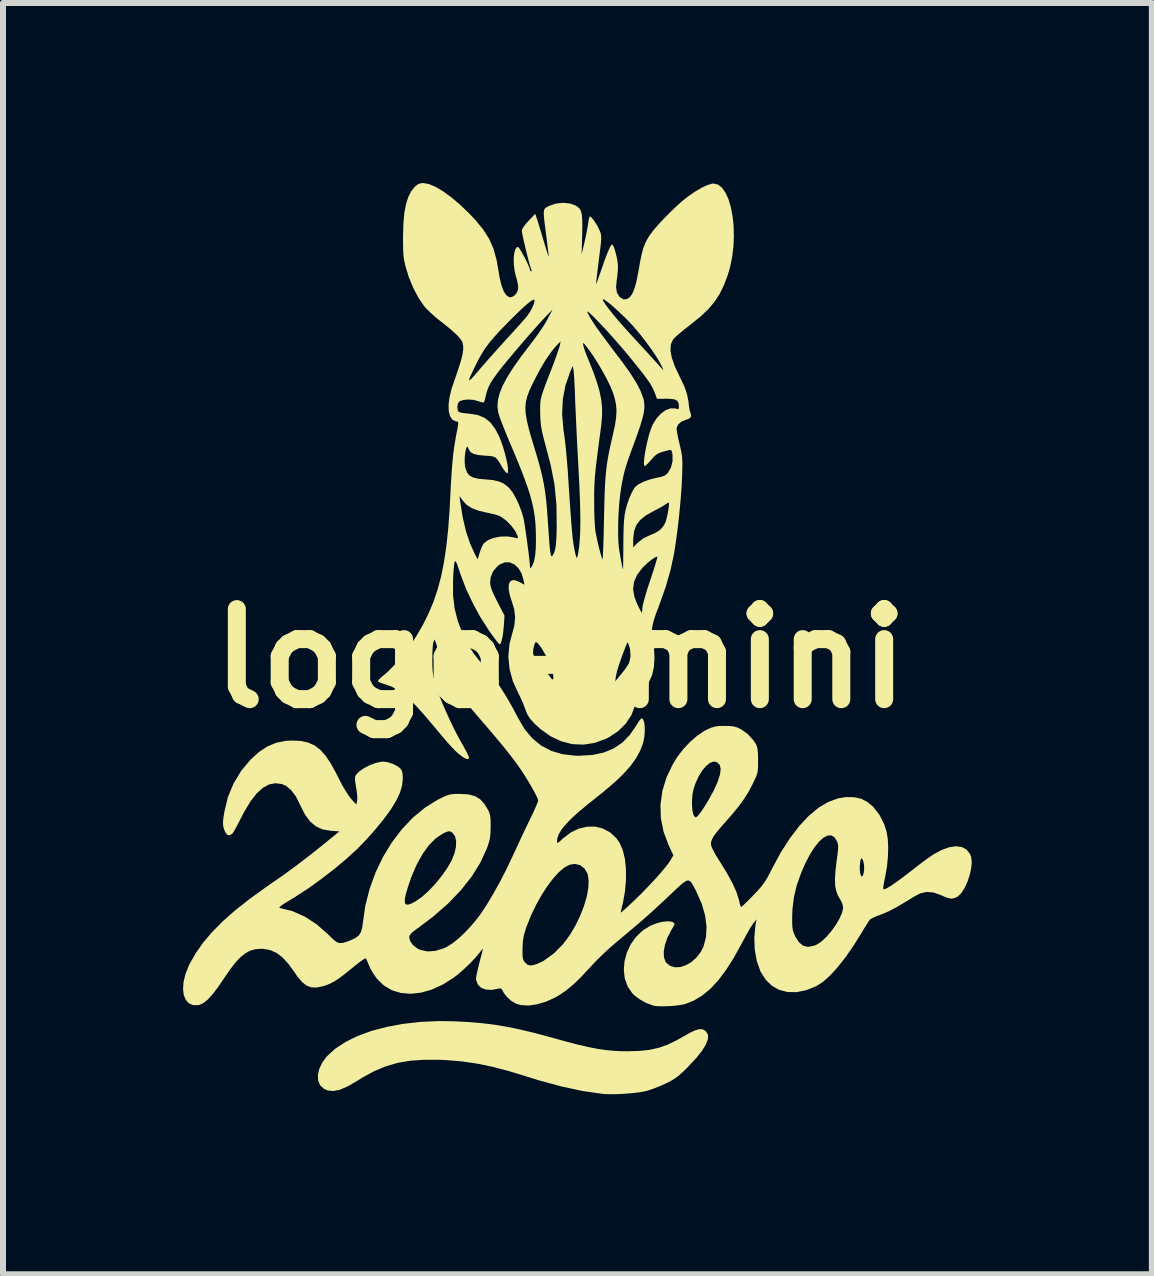
<source format=kicad_pcb>
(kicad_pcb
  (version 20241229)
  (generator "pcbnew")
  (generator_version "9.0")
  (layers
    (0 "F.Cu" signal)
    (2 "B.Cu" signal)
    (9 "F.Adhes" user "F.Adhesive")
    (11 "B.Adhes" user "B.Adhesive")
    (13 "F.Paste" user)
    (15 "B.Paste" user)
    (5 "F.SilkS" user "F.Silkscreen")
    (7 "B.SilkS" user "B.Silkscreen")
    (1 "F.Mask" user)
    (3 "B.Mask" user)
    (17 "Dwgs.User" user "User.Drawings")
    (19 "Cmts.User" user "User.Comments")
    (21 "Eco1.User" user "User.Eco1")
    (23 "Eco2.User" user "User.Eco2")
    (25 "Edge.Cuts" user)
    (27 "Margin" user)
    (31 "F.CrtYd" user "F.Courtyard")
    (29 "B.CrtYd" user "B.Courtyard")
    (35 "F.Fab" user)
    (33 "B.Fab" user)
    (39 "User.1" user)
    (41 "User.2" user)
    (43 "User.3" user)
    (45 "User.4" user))
  (footprint "logo-mini"
    (layer "F.Cu")
    (at 6.289 7.921)
    (property "Reference" "logo-mini" (at 0 0 0) (layer "F.SilkS") (effects (font (size 1.5 1.5) (thickness 0.3))))
    (attr board_only exclude_from_pos_files exclude_from_bom)
    (fp_poly (pts (xy -1.768 6.046) (xy -1.536 6.058) (xy -1.319 6.076) (xy -1.11 6.101) (xy -0.9 6.136) (xy -0.681 6.181) (xy -0.445 6.237) (xy -0.183 6.307) (xy -0.1 6.33) (xy 0.119 6.39) (xy 0.308 6.439) (xy 0.473 6.477) (xy 0.619 6.505) (xy 0.754 6.525) (xy 0.883 6.537) (xy 1.013 6.544) (xy 1.123 6.545) (xy 1.319 6.539) (xy 1.487 6.521) (xy 1.64 6.486) (xy 1.787 6.434) (xy 1.94 6.36) (xy 2.044 6.301) (xy 2.156 6.237) (xy 2.243 6.197) (xy 2.31 6.177) (xy 2.362 6.178) (xy 2.405 6.198) (xy 2.425 6.215) (xy 2.457 6.271) (xy 2.457 6.342) (xy 2.424 6.429) (xy 2.36 6.534) (xy 2.262 6.658) (xy 2.13 6.799) (xy 2.12 6.81) (xy 2.037 6.892) (xy 1.968 6.953) (xy 1.902 7.001) (xy 1.829 7.044) (xy 1.758 7.08) (xy 1.66 7.124) (xy 1.555 7.166) (xy 1.458 7.199) (xy 1.422 7.209) (xy 1.333 7.226) (xy 1.216 7.241) (xy 1.085 7.252) (xy 0.952 7.259) (xy 0.829 7.261) (xy 0.729 7.258) (xy 0.713 7.256) (xy 0.378 7.209) (xy 0.018 7.132) (xy -0.365 7.028) (xy -0.559 6.967) (xy -0.858 6.876) (xy -1.132 6.804) (xy -1.391 6.751) (xy -1.642 6.714) (xy -1.895 6.693) (xy -2.021 6.687) (xy -2.277 6.687) (xy -2.505 6.703) (xy -2.713 6.738) (xy -2.908 6.795) (xy -3.099 6.874) (xy -3.293 6.979) (xy -3.402 7.047) (xy -3.547 7.131) (xy -3.673 7.185) (xy -3.781 7.207) (xy -3.874 7.2) (xy -3.942 7.171) (xy -4.005 7.112) (xy -4.038 7.033) (xy -4.042 6.94) (xy -4.019 6.837) (xy -3.969 6.732) (xy -3.894 6.631) (xy -3.756 6.504) (xy -3.584 6.391) (xy -3.382 6.291) (xy -3.153 6.207) (xy -2.9 6.14) (xy -2.627 6.089) (xy -2.336 6.056) (xy -2.03 6.042)) (stroke (width 0) (type solid)) (fill yes) (layer "F.SilkS"))
    (fp_poly (pts (xy -2.188 -7.903) (xy -2.078 -7.856) (xy -1.953 -7.781) (xy -1.816 -7.681) (xy -1.672 -7.559) (xy -1.523 -7.416) (xy -1.426 -7.314) (xy -1.291 -7.152) (xy -1.189 -6.991) (xy -1.114 -6.82) (xy -1.063 -6.63) (xy -1.044 -6.518) (xy -1.015 -6.348) (xy -0.983 -6.216) (xy -0.947 -6.119) (xy -0.906 -6.055) (xy -0.86 -6.023) (xy -0.83 -6.018) (xy -0.781 -6.035) (xy -0.737 -6.08) (xy -0.709 -6.14) (xy -0.704 -6.182) (xy -0.71 -6.233) (xy -0.725 -6.304) (xy -0.743 -6.366) (xy -0.765 -6.46) (xy -0.777 -6.558) (xy -0.78 -6.653) (xy -0.773 -6.738) (xy -0.757 -6.806) (xy -0.733 -6.848) (xy -0.71 -6.858) (xy -0.692 -6.842) (xy -0.663 -6.798) (xy -0.628 -6.737) (xy -0.59 -6.666) (xy -0.555 -6.594) (xy -0.527 -6.531) (xy -0.51 -6.484) (xy -0.508 -6.47) (xy -0.494 -6.449) (xy -0.488 -6.448) (xy -0.478 -6.46) (xy -0.488 -6.486) (xy -0.501 -6.52) (xy -0.519 -6.584) (xy -0.542 -6.669) (xy -0.566 -6.766) (xy -0.591 -6.866) (xy -0.613 -6.962) (xy -0.631 -7.045) (xy -0.642 -7.105) (xy -0.645 -7.131) (xy -0.631 -7.167) (xy -0.594 -7.221) (xy -0.538 -7.285) (xy -0.533 -7.291) (xy -0.421 -7.408) (xy -0.395 -7.333) (xy -0.381 -7.288) (xy -0.358 -7.214) (xy -0.329 -7.121) (xy -0.298 -7.015) (xy -0.283 -6.965) (xy -0.254 -6.868) (xy -0.229 -6.787) (xy -0.21 -6.728) (xy -0.198 -6.698) (xy -0.196 -6.696) (xy -0.198 -6.723) (xy -0.205 -6.782) (xy -0.215 -6.865) (xy -0.227 -6.965) (xy -0.237 -7.038) (xy -0.255 -7.181) (xy -0.269 -7.29) (xy -0.277 -7.371) (xy -0.279 -7.428) (xy -0.274 -7.468) (xy -0.262 -7.494) (xy -0.243 -7.512) (xy -0.215 -7.527) (xy -0.186 -7.542) (xy -0.076 -7.579) (xy 0.044 -7.592) (xy 0.16 -7.58) (xy 0.244 -7.55) (xy 0.287 -7.524) (xy 0.319 -7.494) (xy 0.341 -7.453) (xy 0.355 -7.396) (xy 0.362 -7.318) (xy 0.364 -7.213) (xy 0.362 -7.075) (xy 0.361 -7.053) (xy 0.352 -6.731) (xy 0.4 -6.936) (xy 0.422 -7.035) (xy 0.441 -7.134) (xy 0.456 -7.218) (xy 0.461 -7.254) (xy 0.471 -7.314) (xy 0.482 -7.355) (xy 0.491 -7.366) (xy 0.514 -7.35) (xy 0.549 -7.309) (xy 0.588 -7.251) (xy 0.625 -7.187) (xy 0.654 -7.126) (xy 0.656 -7.12) (xy 0.667 -7.089) (xy 0.675 -7.059) (xy 0.678 -7.023) (xy 0.677 -6.977) (xy 0.672 -6.912) (xy 0.662 -6.824) (xy 0.647 -6.707) (xy 0.639 -6.639) (xy 0.624 -6.519) (xy 0.611 -6.414) (xy 0.601 -6.328) (xy 0.595 -6.269) (xy 0.593 -6.24) (xy 0.593 -6.239) (xy 0.601 -6.254) (xy 0.618 -6.3) (xy 0.643 -6.37) (xy 0.673 -6.456) (xy 0.679 -6.473) (xy 0.734 -6.631) (xy 0.78 -6.752) (xy 0.817 -6.838) (xy 0.845 -6.886) (xy 0.86 -6.897) (xy 0.877 -6.879) (xy 0.897 -6.832) (xy 0.917 -6.766) (xy 0.936 -6.69) (xy 0.95 -6.613) (xy 0.957 -6.545) (xy 0.957 -6.53) (xy 0.954 -6.447) (xy 0.944 -6.353) (xy 0.936 -6.301) (xy 0.926 -6.185) (xy 0.94 -6.095) (xy 0.98 -6.03) (xy 1.002 -6.011) (xy 1.049 -5.984) (xy 1.094 -5.985) (xy 1.109 -5.99) (xy 1.154 -6.019) (xy 1.195 -6.074) (xy 1.231 -6.159) (xy 1.264 -6.277) (xy 1.295 -6.43) (xy 1.302 -6.473) (xy 1.328 -6.619) (xy 1.352 -6.734) (xy 1.376 -6.825) (xy 1.404 -6.901) (xy 1.437 -6.97) (xy 1.478 -7.039) (xy 1.491 -7.059) (xy 1.548 -7.134) (xy 1.628 -7.227) (xy 1.724 -7.33) (xy 1.829 -7.436) (xy 1.935 -7.537) (xy 2.035 -7.627) (xy 2.12 -7.694) (xy 2.235 -7.774) (xy 2.344 -7.839) (xy 2.442 -7.885) (xy 2.521 -7.91) (xy 2.55 -7.913) (xy 2.625 -7.895) (xy 2.692 -7.842) (xy 2.75 -7.759) (xy 2.799 -7.651) (xy 2.838 -7.521) (xy 2.866 -7.374) (xy 2.884 -7.214) (xy 2.889 -7.044) (xy 2.882 -6.871) (xy 2.861 -6.696) (xy 2.827 -6.526) (xy 2.787 -6.389) (xy 2.724 -6.221) (xy 2.653 -6.076) (xy 2.569 -5.946) (xy 2.467 -5.824) (xy 2.34 -5.703) (xy 2.184 -5.576) (xy 2.147 -5.547) (xy 2.061 -5.48) (xy 1.984 -5.416) (xy 1.921 -5.361) (xy 1.881 -5.321) (xy 1.874 -5.312) (xy 1.839 -5.234) (xy 1.832 -5.135) (xy 1.853 -5.015) (xy 1.903 -4.872) (xy 1.981 -4.705) (xy 1.992 -4.683) (xy 2.064 -4.532) (xy 2.11 -4.397) (xy 2.134 -4.268) (xy 2.136 -4.239) (xy 2.145 -4.169) (xy 2.158 -4.11) (xy 2.168 -4.086) (xy 2.178 -4.037) (xy 2.152 -4) (xy 2.09 -3.976) (xy 2.015 -3.946) (xy 1.961 -3.899) (xy 1.935 -3.842) (xy 1.934 -3.83) (xy 1.939 -3.788) (xy 1.951 -3.719) (xy 1.969 -3.633) (xy 1.986 -3.562) (xy 2.005 -3.479) (xy 2.019 -3.409) (xy 2.027 -3.344) (xy 2.03 -3.273) (xy 2.03 -3.186) (xy 2.027 -3.072) (xy 2.026 -3.038) (xy 2.017 -2.847) (xy 2 -2.631) (xy 1.979 -2.402) (xy 1.953 -2.172) (xy 1.924 -1.954) (xy 1.894 -1.76) (xy 1.892 -1.749) (xy 1.834 -1.476) (xy 1.752 -1.19) (xy 1.651 -0.905) (xy 1.64 -0.875) (xy 1.586 -0.733) (xy 1.549 -0.617) (xy 1.528 -0.52) (xy 1.521 -0.434) (xy 1.528 -0.35) (xy 1.537 -0.3) (xy 1.552 -0.211) (xy 1.562 -0.106) (xy 1.566 -0.006) (xy 1.566 -0.004) (xy 1.556 0.147) (xy 1.524 0.282) (xy 1.465 0.412) (xy 1.378 0.544) (xy 1.335 0.599) (xy 1.285 0.677) (xy 1.246 0.769) (xy 1.24 0.791) (xy 1.18 0.947) (xy 1.085 1.088) (xy 0.96 1.212) (xy 0.808 1.313) (xy 0.757 1.339) (xy 0.571 1.407) (xy 0.383 1.436) (xy 0.197 1.428) (xy 0.014 1.381) (xy -0.163 1.298) (xy -0.333 1.178) (xy -0.434 1.085) (xy -0.501 1.011) (xy -0.546 0.945) (xy -0.579 0.869) (xy -0.588 0.842) (xy -0.622 0.752) (xy -0.665 0.655) (xy -0.695 0.596) (xy -0.791 0.386) (xy -0.793 0.381) (xy 0.912 0.381) (xy 1.014 0.258) (xy 1.067 0.191) (xy 1.112 0.125) (xy 1.142 0.074) (xy 1.144 0.068) (xy 1.169 -0.036) (xy 1.159 -0.152) (xy 1.144 -0.205) (xy 1.128 -0.253) (xy 1.118 -0.267) (xy 1.107 -0.252) (xy 1.1 -0.234) (xy 1.049 -0.104) (xy 1.004 0.02) (xy 0.966 0.132) (xy 0.939 0.224) (xy 0.925 0.287) (xy 0.924 0.29) (xy 0.912 0.381) (xy -0.793 0.381) (xy -0.849 0.177) (xy -0.869 -0.032) (xy -0.863 -0.103) (xy -0.457 -0.103) (xy -0.454 -0.07) (xy -0.437 -0.032) (xy -0.4 0.024) (xy -0.35 0.086) (xy -0.339 0.099) (xy -0.28 0.168) (xy -0.225 0.237) (xy -0.183 0.293) (xy -0.181 0.297) (xy -0.146 0.342) (xy -0.126 0.352) (xy -0.118 0.326) (xy -0.123 0.264) (xy -0.126 0.247) (xy -0.142 0.182) (xy -0.172 0.103) (xy -0.212 0.016) (xy -0.257 -0.071) (xy -0.303 -0.151) (xy -0.348 -0.216) (xy -0.385 -0.26) (xy -0.41 -0.274) (xy -0.425 -0.256) (xy -0.44 -0.213) (xy -0.452 -0.158) (xy -0.457 -0.103) (xy -0.863 -0.103) (xy -0.851 -0.237) (xy -0.811 -0.391) (xy -0.769 -0.547) (xy -0.756 -0.687) (xy -0.772 -0.822) (xy -0.811 -0.948) (xy -0.847 -1.062) (xy -0.863 -1.152) (xy 1.21 -1.152) (xy 1.233 -1.021) (xy 1.278 -0.906) (xy 1.31 -0.84) (xy 1.337 -0.789) (xy 1.353 -0.764) (xy 1.355 -0.762) (xy 1.36 -0.779) (xy 1.364 -0.823) (xy 1.364 -0.842) (xy 1.371 -0.885) (xy 1.389 -0.959) (xy 1.416 -1.055) (xy 1.45 -1.168) (xy 1.49 -1.29) (xy 1.495 -1.303) (xy 1.533 -1.418) (xy 1.566 -1.52) (xy 1.591 -1.604) (xy 1.608 -1.663) (xy 1.614 -1.693) (xy 1.614 -1.695) (xy 1.591 -1.692) (xy 1.549 -1.667) (xy 1.493 -1.627) (xy 1.434 -1.577) (xy 1.377 -1.522) (xy 1.366 -1.51) (xy 1.276 -1.393) (xy 1.224 -1.275) (xy 1.21 -1.152) (xy -0.863 -1.152) (xy -0.864 -1.16) (xy -0.861 -1.236) (xy -0.843 -1.277) (xy -0.807 -1.303) (xy -0.762 -1.304) (xy -0.697 -1.28) (xy -0.676 -1.269) (xy -0.601 -1.228) (xy -0.615 -1.302) (xy -0.649 -1.417) (xy -0.703 -1.506) (xy -0.771 -1.569) (xy -0.848 -1.601) (xy -0.93 -1.601) (xy -1.013 -1.565) (xy -1.048 -1.539) (xy -1.123 -1.452) (xy -1.164 -1.351) (xy -1.172 -1.264) (xy -1.168 -1.217) (xy -1.152 -1.161) (xy -1.123 -1.09) (xy -1.078 -0.995) (xy -1.053 -0.946) (xy -0.933 -0.713) (xy -0.944 -0.547) (xy -0.954 -0.441) (xy -0.968 -0.35) (xy -0.985 -0.282) (xy -1.003 -0.242) (xy -1.015 -0.234) (xy -1.031 -0.25) (xy -1.065 -0.291) (xy -1.112 -0.354) (xy -1.169 -0.431) (xy -1.191 -0.464) (xy -1.332 -0.683) (xy -1.463 -0.923) (xy -1.578 -1.17) (xy -1.669 -1.41) (xy -1.677 -1.435) (xy -1.707 -1.526) (xy -1.73 -1.588) (xy -1.747 -1.62) (xy -1.76 -1.619) (xy -1.77 -1.585) (xy -1.777 -1.516) (xy -1.785 -1.41) (xy -1.79 -1.306) (xy -1.791 -1.061) (xy -1.765 -0.835) (xy -1.71 -0.618) (xy -1.623 -0.398) (xy -1.582 -0.313) (xy -1.518 -0.195) (xy -1.452 -0.091) (xy -1.374 0.012) (xy -1.277 0.123) (xy -1.232 0.171) (xy -1.153 0.265) (xy -1.064 0.387) (xy -0.969 0.53) (xy -0.873 0.687) (xy -0.781 0.85) (xy -0.71 0.987) (xy -0.599 1.176) (xy -0.47 1.331) (xy -0.322 1.452) (xy -0.154 1.54) (xy 0.036 1.596) (xy 0.248 1.62) (xy 0.315 1.621) (xy 0.532 1.608) (xy 0.721 1.568) (xy 0.886 1.5) (xy 1.03 1.403) (xy 1.155 1.274) (xy 1.253 1.132) (xy 1.292 1.069) (xy 1.326 1.021) (xy 1.348 0.998) (xy 1.351 0.996) (xy 1.376 1.014) (xy 1.393 1.062) (xy 1.403 1.133) (xy 1.404 1.217) (xy 1.397 1.306) (xy 1.38 1.393) (xy 1.376 1.408) (xy 1.328 1.537) (xy 1.258 1.664) (xy 1.164 1.794) (xy 1.043 1.929) (xy 0.892 2.073) (xy 0.709 2.228) (xy 0.626 2.294) (xy 0.446 2.437) (xy 0.297 2.562) (xy 0.177 2.671) (xy 0.085 2.767) (xy 0.017 2.851) (xy -0.028 2.926) (xy -0.052 2.994) (xy -0.058 3.046) (xy -0.056 3.068) (xy -0.046 3.072) (xy -0.02 3.055) (xy 0.025 3.014) (xy 0.04 3) (xy 0.169 2.901) (xy 0.305 2.835) (xy 0.444 2.803) (xy 0.58 2.802) (xy 0.71 2.835) (xy 0.828 2.899) (xy 0.93 2.994) (xy 0.987 3.076) (xy 1.038 3.194) (xy 1.073 3.34) (xy 1.09 3.508) (xy 1.091 3.691) (xy 1.074 3.881) (xy 1.04 4.073) (xy 1.026 4.127) (xy 1.013 4.185) (xy 1.005 4.224) (xy 1.005 4.235) (xy 1.02 4.224) (xy 1.058 4.191) (xy 1.115 4.14) (xy 1.184 4.075) (xy 1.222 4.04) (xy 1.335 3.93) (xy 1.448 3.814) (xy 1.556 3.699) (xy 1.654 3.59) (xy 1.737 3.492) (xy 1.8 3.411) (xy 1.831 3.364) (xy 1.881 3.28) (xy 1.801 3.11) (xy 1.718 2.889) (xy 1.672 2.664) (xy 1.666 2.449) (xy 2.191 2.449) (xy 2.198 2.535) (xy 2.213 2.6) (xy 2.227 2.627) (xy 2.247 2.646) (xy 2.265 2.644) (xy 2.294 2.616) (xy 2.311 2.596) (xy 2.347 2.548) (xy 2.393 2.478) (xy 2.441 2.401) (xy 2.452 2.384) (xy 2.549 2.208) (xy 2.617 2.059) (xy 2.657 1.937) (xy 2.669 1.842) (xy 2.653 1.774) (xy 2.649 1.768) (xy 2.604 1.726) (xy 2.55 1.718) (xy 2.489 1.741) (xy 2.426 1.791) (xy 2.363 1.866) (xy 2.303 1.962) (xy 2.251 2.076) (xy 2.217 2.176) (xy 2.2 2.259) (xy 2.192 2.353) (xy 2.191 2.449) (xy 1.666 2.449) (xy 1.666 2.436) (xy 1.697 2.208) (xy 1.766 1.982) (xy 1.873 1.759) (xy 1.947 1.639) (xy 2.043 1.514) (xy 2.155 1.395) (xy 2.274 1.291) (xy 2.391 1.21) (xy 2.44 1.185) (xy 2.512 1.153) (xy 2.572 1.135) (xy 2.637 1.126) (xy 2.722 1.124) (xy 2.735 1.124) (xy 2.825 1.126) (xy 2.891 1.134) (xy 2.945 1.15) (xy 3.001 1.176) (xy 3.12 1.259) (xy 3.219 1.37) (xy 3.258 1.431) (xy 3.275 1.473) (xy 3.285 1.527) (xy 3.291 1.603) (xy 3.292 1.7) (xy 3.292 1.793) (xy 3.288 1.86) (xy 3.278 1.914) (xy 3.259 1.97) (xy 3.227 2.039) (xy 3.202 2.091) (xy 3.138 2.214) (xy 3.063 2.334) (xy 2.973 2.459) (xy 2.862 2.595) (xy 2.755 2.717) (xy 2.662 2.823) (xy 2.593 2.907) (xy 2.546 2.972) (xy 2.519 3.025) (xy 2.507 3.069) (xy 2.508 3.11) (xy 2.509 3.114) (xy 2.524 3.155) (xy 2.557 3.22) (xy 2.602 3.3) (xy 2.656 3.386) (xy 2.66 3.392) (xy 2.774 3.577) (xy 2.865 3.744) (xy 2.931 3.891) (xy 2.97 4.014) (xy 2.974 4.029) (xy 2.988 4.089) (xy 3.002 4.13) (xy 3.01 4.142) (xy 3.027 4.129) (xy 3.067 4.092) (xy 3.122 4.038) (xy 3.189 3.971) (xy 3.21 3.949) (xy 3.289 3.866) (xy 3.348 3.798) (xy 3.397 3.732) (xy 3.442 3.659) (xy 3.491 3.568) (xy 3.524 3.503) (xy 3.67 3.233) (xy 3.822 2.996) (xy 3.978 2.792) (xy 4.137 2.622) (xy 4.298 2.488) (xy 4.461 2.391) (xy 4.625 2.331) (xy 4.754 2.31) (xy 4.896 2.312) (xy 5.014 2.339) (xy 5.119 2.394) (xy 5.208 2.47) (xy 5.314 2.604) (xy 5.395 2.766) (xy 5.434 2.892) (xy 5.453 3.008) (xy 5.46 3.15) (xy 5.455 3.307) (xy 5.44 3.466) (xy 5.415 3.611) (xy 5.397 3.697) (xy 5.384 3.771) (xy 5.377 3.823) (xy 5.377 3.842) (xy 5.395 3.847) (xy 5.441 3.827) (xy 5.513 3.783) (xy 5.611 3.715) (xy 5.732 3.625) (xy 5.874 3.516) (xy 5.964 3.445) (xy 6.055 3.377) (xy 6.136 3.318) (xy 6.198 3.276) (xy 6.204 3.271) (xy 6.343 3.194) (xy 6.472 3.147) (xy 6.586 3.129) (xy 6.684 3.141) (xy 6.763 3.182) (xy 6.82 3.252) (xy 6.842 3.306) (xy 6.852 3.389) (xy 6.844 3.492) (xy 6.819 3.604) (xy 6.782 3.717) (xy 6.735 3.82) (xy 6.682 3.905) (xy 6.626 3.961) (xy 6.62 3.966) (xy 6.566 3.993) (xy 6.515 4.002) (xy 6.458 3.992) (xy 6.382 3.963) (xy 6.347 3.947) (xy 6.216 3.9) (xy 6.098 3.89) (xy 5.993 3.915) (xy 5.953 3.935) (xy 5.888 3.971) (xy 5.808 4.019) (xy 5.72 4.073) (xy 5.709 4.079) (xy 5.591 4.149) (xy 5.474 4.21) (xy 5.372 4.255) (xy 5.335 4.269) (xy 5.26 4.297) (xy 5.198 4.325) (xy 5.159 4.348) (xy 5.154 4.353) (xy 5.132 4.383) (xy 5.097 4.439) (xy 5.053 4.51) (xy 5.022 4.562) (xy 4.883 4.785) (xy 4.747 4.981) (xy 4.614 5.15) (xy 4.488 5.287) (xy 4.369 5.392) (xy 4.264 5.459) (xy 4.096 5.527) (xy 3.935 5.56) (xy 3.784 5.558) (xy 3.646 5.523) (xy 3.523 5.454) (xy 3.419 5.353) (xy 3.335 5.221) (xy 3.328 5.205) (xy 3.27 5.04) (xy 3.237 4.853) (xy 3.229 4.655) (xy 3.247 4.454) (xy 3.255 4.406) (xy 3.257 4.398) (xy 3.86 4.398) (xy 3.863 4.469) (xy 3.87 4.523) (xy 3.884 4.568) (xy 3.905 4.617) (xy 3.914 4.636) (xy 3.974 4.73) (xy 4.043 4.786) (xy 4.123 4.806) (xy 4.217 4.789) (xy 4.273 4.766) (xy 4.349 4.716) (xy 4.429 4.64) (xy 4.509 4.548) (xy 4.583 4.446) (xy 4.644 4.343) (xy 4.688 4.247) (xy 4.708 4.165) (xy 4.709 4.15) (xy 4.697 4.089) (xy 4.666 4.023) (xy 4.66 4.014) (xy 4.619 3.943) (xy 4.592 3.867) (xy 4.576 3.778) (xy 4.573 3.671) (xy 4.581 3.54) (xy 4.589 3.474) (xy 4.986 3.474) (xy 4.988 3.538) (xy 4.996 3.59) (xy 5.009 3.623) (xy 5.024 3.633) (xy 5.04 3.613) (xy 5.048 3.59) (xy 5.059 3.519) (xy 5.058 3.443) (xy 5.046 3.379) (xy 5.033 3.35) (xy 5.016 3.331) (xy 5.006 3.336) (xy 4.997 3.371) (xy 4.992 3.405) (xy 4.986 3.474) (xy 4.589 3.474) (xy 4.6 3.379) (xy 4.604 3.351) (xy 4.617 3.25) (xy 4.625 3.179) (xy 4.626 3.129) (xy 4.622 3.092) (xy 4.612 3.059) (xy 4.605 3.043) (xy 4.564 2.978) (xy 4.511 2.948) (xy 4.45 2.951) (xy 4.382 2.986) (xy 4.309 3.051) (xy 4.233 3.145) (xy 4.157 3.264) (xy 4.081 3.409) (xy 4.01 3.572) (xy 3.936 3.781) (xy 3.889 3.978) (xy 3.865 4.175) (xy 3.86 4.298) (xy 3.86 4.398) (xy 3.257 4.398) (xy 3.267 4.347) (xy 3.217 4.406) (xy 3.191 4.444) (xy 3.151 4.509) (xy 3.103 4.593) (xy 3.051 4.689) (xy 3.025 4.738) (xy 2.891 4.982) (xy 2.759 5.189) (xy 2.629 5.363) (xy 2.498 5.504) (xy 2.364 5.615) (xy 2.225 5.699) (xy 2.081 5.757) (xy 2.01 5.772) (xy 1.915 5.785) (xy 1.81 5.793) (xy 1.706 5.796) (xy 1.615 5.794) (xy 1.55 5.786) (xy 1.549 5.785) (xy 1.434 5.743) (xy 1.321 5.681) (xy 1.224 5.607) (xy 1.192 5.574) (xy 1.116 5.459) (xy 1.07 5.328) (xy 1.055 5.188) (xy 1.067 5.043) (xy 1.106 4.9) (xy 1.17 4.763) (xy 1.258 4.64) (xy 1.367 4.535) (xy 1.497 4.453) (xy 1.499 4.453) (xy 1.599 4.413) (xy 1.698 4.388) (xy 1.787 4.379) (xy 1.856 4.387) (xy 1.872 4.394) (xy 1.893 4.407) (xy 1.9 4.423) (xy 1.891 4.45) (xy 1.864 4.497) (xy 1.845 4.528) (xy 1.782 4.651) (xy 1.74 4.772) (xy 1.72 4.884) (xy 1.724 4.981) (xy 1.752 5.057) (xy 1.76 5.067) (xy 1.825 5.122) (xy 1.905 5.146) (xy 1.995 5.142) (xy 2.089 5.112) (xy 2.181 5.059) (xy 2.265 4.984) (xy 2.337 4.89) (xy 2.384 4.796) (xy 2.425 4.639) (xy 2.433 4.467) (xy 2.409 4.281) (xy 2.353 4.087) (xy 2.265 3.889) (xy 2.264 3.885) (xy 2.223 3.806) (xy 2.19 3.748) (xy 2.161 3.712) (xy 2.129 3.698) (xy 2.091 3.708) (xy 2.042 3.741) (xy 1.976 3.798) (xy 1.888 3.88) (xy 1.823 3.942) (xy 1.696 4.061) (xy 1.582 4.167) (xy 1.474 4.264) (xy 1.365 4.361) (xy 1.247 4.462) (xy 1.114 4.574) (xy 0.958 4.705) (xy 0.948 4.713) (xy 0.821 4.822) (xy 0.693 4.941) (xy 0.574 5.059) (xy 0.481 5.159) (xy 0.34 5.311) (xy 0.213 5.434) (xy 0.092 5.533) (xy -0.028 5.614) (xy -0.092 5.651) (xy -0.242 5.719) (xy -0.391 5.763) (xy -0.532 5.783) (xy -0.658 5.776) (xy -0.738 5.753) (xy -0.821 5.705) (xy -0.895 5.638) (xy -0.95 5.565) (xy -0.959 5.545) (xy -0.982 5.505) (xy -1.01 5.496) (xy -1.024 5.5) (xy -1.141 5.522) (xy -1.241 5.518) (xy -1.322 5.488) (xy -1.377 5.435) (xy -1.405 5.359) (xy -1.407 5.328) (xy -1.401 5.284) (xy -1.385 5.207) (xy -1.359 5.099) (xy -1.324 4.964) (xy -1.314 4.925) (xy -0.633 4.925) (xy -0.63 4.982) (xy -0.621 5.02) (xy -0.605 5.049) (xy -0.586 5.07) (xy -0.548 5.104) (xy -0.509 5.115) (xy -0.459 5.11) (xy -0.399 5.093) (xy -0.325 5.061) (xy -0.277 5.035) (xy -0.107 4.912) (xy 0.045 4.757) (xy 0.156 4.607) (xy 0.248 4.452) (xy 0.327 4.29) (xy 0.39 4.128) (xy 0.436 3.972) (xy 0.463 3.827) (xy 0.469 3.7) (xy 0.453 3.597) (xy 0.448 3.582) (xy 0.398 3.498) (xy 0.327 3.444) (xy 0.241 3.423) (xy 0.152 3.437) (xy 0.068 3.481) (xy -0.024 3.558) (xy -0.121 3.664) (xy -0.219 3.793) (xy -0.315 3.942) (xy -0.406 4.105) (xy -0.489 4.278) (xy -0.561 4.456) (xy -0.578 4.504) (xy -0.609 4.608) (xy -0.626 4.705) (xy -0.633 4.815) (xy -0.633 4.839) (xy -0.633 4.925) (xy -1.314 4.925) (xy -1.298 4.865) (xy -1.294 4.843) (xy -1.306 4.848) (xy -1.335 4.885) (xy -1.343 4.896) (xy -1.414 4.981) (xy -1.506 5.079) (xy -1.609 5.177) (xy -1.711 5.266) (xy -1.785 5.323) (xy -1.967 5.437) (xy -2.149 5.519) (xy -2.327 5.569) (xy -2.498 5.587) (xy -2.659 5.574) (xy -2.807 5.529) (xy -2.939 5.452) (xy -3.052 5.344) (xy -3.07 5.321) (xy -3.121 5.247) (xy -3.166 5.17) (xy -3.195 5.106) (xy -3.218 5.049) (xy -3.237 5.008) (xy -3.244 4.996) (xy -3.263 5.002) (xy -3.305 5.029) (xy -3.366 5.074) (xy -3.438 5.131) (xy -3.453 5.144) (xy -3.575 5.243) (xy -3.676 5.32) (xy -3.762 5.377) (xy -3.839 5.418) (xy -3.913 5.448) (xy -3.959 5.462) (xy -4.064 5.483) (xy -4.153 5.48) (xy -4.231 5.451) (xy -4.306 5.392) (xy -4.383 5.3) (xy -4.429 5.233) (xy -4.533 5.089) (xy -4.634 4.98) (xy -4.735 4.904) (xy -4.84 4.858) (xy -4.954 4.839) (xy -4.982 4.838) (xy -5.078 4.844) (xy -5.165 4.867) (xy -5.247 4.91) (xy -5.33 4.975) (xy -5.415 5.066) (xy -5.509 5.187) (xy -5.614 5.34) (xy -5.616 5.344) (xy -5.716 5.49) (xy -5.803 5.603) (xy -5.879 5.685) (xy -5.947 5.74) (xy -6.01 5.77) (xy -6.03 5.775) (xy -6.119 5.777) (xy -6.191 5.747) (xy -6.243 5.69) (xy -6.277 5.609) (xy -6.289 5.508) (xy -6.281 5.391) (xy -6.25 5.262) (xy -6.196 5.125) (xy -6.18 5.091) (xy -6.077 4.91) (xy -5.953 4.733) (xy -5.804 4.558) (xy -5.628 4.38) (xy -5.423 4.199) (xy -5.186 4.012) (xy -4.915 3.816) (xy -4.836 3.761) (xy -4.603 3.599) (xy -4.381 3.436) (xy -4.158 3.265) (xy -3.937 3.088) (xy -3.684 2.882) (xy -3.83 2.871) (xy -3.962 2.849) (xy -4.074 2.798) (xy -4.171 2.718) (xy -4.256 2.604) (xy -4.331 2.455) (xy -4.338 2.441) (xy -4.41 2.297) (xy -4.492 2.189) (xy -4.581 2.118) (xy -4.646 2.092) (xy -4.753 2.079) (xy -4.858 2.1) (xy -4.96 2.156) (xy -5.06 2.247) (xy -5.161 2.375) (xy -5.262 2.541) (xy -5.328 2.667) (xy -5.372 2.753) (xy -5.412 2.829) (xy -5.445 2.887) (xy -5.466 2.917) (xy -5.51 2.947) (xy -5.551 2.94) (xy -5.586 2.895) (xy -5.605 2.848) (xy -5.618 2.801) (xy -5.623 2.757) (xy -5.622 2.704) (xy -5.613 2.632) (xy -5.601 2.557) (xy -5.542 2.311) (xy -5.447 2.082) (xy -5.319 1.871) (xy -5.168 1.69) (xy -5.026 1.56) (xy -4.884 1.466) (xy -4.737 1.405) (xy -4.578 1.373) (xy -4.462 1.368) (xy -4.325 1.375) (xy -4.207 1.401) (xy -4.102 1.446) (xy -4.008 1.517) (xy -3.919 1.614) (xy -3.832 1.742) (xy -3.742 1.905) (xy -3.716 1.958) (xy -3.646 2.094) (xy -3.58 2.208) (xy -3.523 2.295) (xy -3.489 2.339) (xy -3.403 2.433) (xy -3.389 2.376) (xy -3.386 2.329) (xy -3.39 2.256) (xy -3.402 2.168) (xy -3.405 2.152) (xy -3.419 2.067) (xy -3.425 2.011) (xy -3.423 1.975) (xy -3.412 1.947) (xy -3.408 1.94) (xy -3.355 1.884) (xy -3.275 1.828) (xy -3.178 1.778) (xy -3.077 1.741) (xy -2.983 1.721) (xy -2.95 1.719) (xy -2.874 1.73) (xy -2.79 1.758) (xy -2.715 1.797) (xy -2.674 1.829) (xy -2.649 1.863) (xy -2.634 1.902) (xy -2.629 1.961) (xy -2.628 2.011) (xy -2.64 2.12) (xy -2.676 2.24) (xy -2.738 2.37) (xy -2.826 2.515) (xy -2.944 2.676) (xy -3.09 2.855) (xy -3.232 3.015) (xy -3.384 3.172) (xy -3.565 3.337) (xy -3.766 3.506) (xy -3.98 3.671) (xy -4.198 3.828) (xy -4.414 3.969) (xy -4.494 4.018) (xy -4.59 4.076) (xy -4.653 4.118) (xy -4.683 4.145) (xy -4.681 4.156) (xy -4.679 4.157) (xy -4.466 4.21) (xy -4.259 4.302) (xy -4.06 4.432) (xy -3.868 4.601) (xy -3.85 4.619) (xy -3.781 4.686) (xy -3.729 4.726) (xy -3.68 4.743) (xy -3.626 4.739) (xy -3.555 4.718) (xy -3.523 4.706) (xy -3.427 4.664) (xy -3.363 4.618) (xy -3.324 4.557) (xy -3.302 4.474) (xy -3.293 4.405) (xy -3.252 4.118) (xy -3.239 4.07) (xy -2.594 4.07) (xy -2.576 4.1) (xy -2.536 4.102) (xy -2.476 4.08) (xy -2.413 4.046) (xy -2.31 3.974) (xy -2.198 3.874) (xy -2.085 3.754) (xy -1.978 3.623) (xy -1.884 3.488) (xy -1.813 3.364) (xy -1.767 3.249) (xy -1.742 3.14) (xy -1.739 3.041) (xy -1.758 2.961) (xy -1.799 2.905) (xy -1.808 2.899) (xy -1.837 2.883) (xy -1.864 2.88) (xy -1.902 2.891) (xy -1.962 2.919) (xy -1.963 2.92) (xy -2.078 2.996) (xy -2.189 3.108) (xy -2.295 3.253) (xy -2.393 3.428) (xy -2.481 3.631) (xy -2.538 3.796) (xy -2.575 3.92) (xy -2.594 4.01) (xy -2.594 4.07) (xy -3.239 4.07) (xy -3.18 3.837) (xy -3.081 3.565) (xy -2.957 3.306) (xy -2.81 3.065) (xy -2.643 2.846) (xy -2.458 2.651) (xy -2.258 2.486) (xy -2.046 2.354) (xy -2.017 2.34) (xy -1.936 2.301) (xy -1.875 2.276) (xy -1.82 2.263) (xy -1.758 2.258) (xy -1.672 2.257) (xy -1.535 2.265) (xy -1.427 2.293) (xy -1.341 2.344) (xy -1.268 2.423) (xy -1.209 2.52) (xy -1.187 2.568) (xy -1.173 2.614) (xy -1.166 2.673) (xy -1.164 2.753) (xy -1.164 2.804) (xy -1.166 2.904) (xy -1.174 2.981) (xy -1.189 3.052) (xy -1.215 3.133) (xy -1.229 3.17) (xy -1.336 3.403) (xy -1.48 3.635) (xy -1.661 3.863) (xy -1.876 4.087) (xy -2.124 4.303) (xy -2.349 4.473) (xy -2.427 4.529) (xy -2.477 4.57) (xy -2.506 4.601) (xy -2.518 4.628) (xy -2.52 4.65) (xy -2.502 4.716) (xy -2.453 4.781) (xy -2.381 4.835) (xy -2.334 4.857) (xy -2.215 4.882) (xy -2.083 4.872) (xy -1.943 4.829) (xy -1.894 4.806) (xy -1.803 4.749) (xy -1.698 4.665) (xy -1.588 4.561) (xy -1.479 4.444) (xy -1.377 4.321) (xy -1.325 4.25) (xy -1.227 4.1) (xy -1.121 3.923) (xy -1.014 3.731) (xy -0.911 3.532) (xy -0.818 3.338) (xy -0.801 3.302) (xy -0.745 3.18) (xy -0.679 3.038) (xy -0.61 2.891) (xy -0.544 2.754) (xy -0.523 2.71) (xy -0.473 2.608) (xy -0.431 2.516) (xy -0.398 2.44) (xy -0.377 2.388) (xy -0.371 2.367) (xy -0.381 2.334) (xy -0.409 2.275) (xy -0.451 2.196) (xy -0.503 2.105) (xy -0.561 2.007) (xy -0.623 1.91) (xy -0.664 1.847) (xy -0.741 1.738) (xy -0.835 1.614) (xy -0.947 1.473) (xy -1.081 1.312) (xy -1.238 1.127) (xy -1.315 1.038) (xy -1.465 0.863) (xy -1.59 0.711) (xy -1.693 0.577) (xy -1.777 0.455) (xy -1.847 0.342) (xy -1.903 0.233) (xy -1.951 0.122) (xy -1.992 0.005) (xy -2.003 -0.029) (xy -2.029 -0.114) (xy -2.054 -0.19) (xy -2.072 -0.246) (xy -2.077 -0.262) (xy -2.098 -0.318) (xy -2.117 -0.271) (xy -2.125 -0.234) (xy -2.131 -0.167) (xy -2.135 -0.08) (xy -2.136 0.017) (xy -2.136 0.02) (xy -2.135 0.135) (xy -2.129 0.224) (xy -2.118 0.3) (xy -2.101 0.376) (xy -2.084 0.435) (xy -2.041 0.56) (xy -1.983 0.71) (xy -1.914 0.873) (xy -1.838 1.039) (xy -1.759 1.201) (xy -1.683 1.346) (xy -1.651 1.403) (xy -1.603 1.488) (xy -1.563 1.562) (xy -1.536 1.618) (xy -1.524 1.649) (xy -1.524 1.651) (xy -1.536 1.677) (xy -1.573 1.673) (xy -1.632 1.639) (xy -1.653 1.624) (xy -1.698 1.589) (xy -1.745 1.546) (xy -1.798 1.493) (xy -1.861 1.424) (xy -1.938 1.336) (xy -2.032 1.225) (xy -2.124 1.114) (xy -2.273 0.938) (xy -2.404 0.793) (xy -2.522 0.676) (xy -2.629 0.584) (xy -2.728 0.515) (xy -2.822 0.466) (xy -2.912 0.434) (xy -2.976 0.414) (xy -3.023 0.394) (xy -3.042 0.379) (xy -3.031 0.357) (xy -2.996 0.321) (xy -2.944 0.278) (xy -2.94 0.275) (xy -2.863 0.208) (xy -2.773 0.115) (xy -2.675 0.003) (xy -2.577 -0.12) (xy -2.485 -0.245) (xy -2.408 -0.361) (xy -2.297 -0.552) (xy -2.201 -0.743) (xy -2.118 -0.94) (xy -2.048 -1.147) (xy -1.989 -1.368) (xy -1.941 -1.607) (xy -1.902 -1.87) (xy -1.871 -2.16) (xy -1.848 -2.481) (xy -1.837 -2.687) (xy -1.836 -2.706) (xy -1.684 -2.706) (xy -1.671 -2.608) (xy -1.628 -2.345) (xy -1.574 -2.115) (xy -1.506 -1.914) (xy -1.443 -1.773) (xy -1.381 -1.651) (xy -1.346 -1.765) (xy -1.322 -1.834) (xy -1.294 -1.892) (xy -1.276 -1.919) (xy -1.208 -1.971) (xy -1.113 -2.009) (xy -1.002 -2.03) (xy -0.886 -2.033) (xy -0.775 -2.016) (xy -0.766 -2.014) (xy -0.723 -2.003) (xy -0.709 -2.009) (xy -0.714 -2.036) (xy -0.714 -2.038) (xy -0.755 -2.124) (xy -0.822 -2.214) (xy -0.904 -2.297) (xy -0.992 -2.361) (xy -1.01 -2.371) (xy -1.055 -2.388) (xy -1.125 -2.407) (xy -1.207 -2.426) (xy -1.228 -2.43) (xy -1.372 -2.464) (xy -1.483 -2.507) (xy -1.567 -2.562) (xy -1.625 -2.626) (xy -1.684 -2.706) (xy -1.836 -2.706) (xy -1.826 -2.907) (xy -1.814 -3.094) (xy -1.802 -3.256) (xy -1.788 -3.397) (xy -1.771 -3.526) (xy -1.751 -3.648) (xy -1.738 -3.722) (xy -1.719 -3.817) (xy -1.708 -3.88) (xy -1.704 -3.919) (xy -1.706 -3.938) (xy -1.717 -3.946) (xy -1.734 -3.949) (xy -1.742 -3.95) (xy -1.8 -3.977) (xy -1.84 -4.035) (xy -1.862 -4.119) (xy -1.864 -4.188) (xy -1.719 -4.188) (xy -1.712 -4.136) (xy -1.695 -4.108) (xy -1.664 -4.097) (xy -1.607 -4.087) (xy -1.534 -4.08) (xy -1.524 -4.079) (xy -1.384 -4.058) (xy -1.268 -4.011) (xy -1.17 -3.934) (xy -1.088 -3.825) (xy -1.034 -3.723) (xy -0.994 -3.629) (xy -0.958 -3.526) (xy -0.927 -3.421) (xy -0.901 -3.319) (xy -0.883 -3.228) (xy -0.874 -3.154) (xy -0.876 -3.104) (xy -0.889 -3.085) (xy -0.908 -3.098) (xy -0.939 -3.137) (xy -0.971 -3.186) (xy -1.018 -3.266) (xy -1.053 -3.318) (xy -1.086 -3.349) (xy -1.126 -3.366) (xy -1.183 -3.374) (xy -1.265 -3.379) (xy -1.265 -3.379) (xy -1.372 -3.39) (xy -1.446 -3.408) (xy -1.496 -3.436) (xy -1.526 -3.479) (xy -1.536 -3.503) (xy -1.549 -3.528) (xy -1.563 -3.52) (xy -1.576 -3.487) (xy -1.586 -3.435) (xy -1.594 -3.372) (xy -1.597 -3.303) (xy -1.595 -3.237) (xy -1.587 -3.18) (xy -1.584 -3.172) (xy -1.558 -3.101) (xy -1.52 -3.051) (xy -1.462 -3.017) (xy -1.379 -2.996) (xy -1.265 -2.984) (xy -1.254 -2.984) (xy -1.127 -2.972) (xy -1.03 -2.95) (xy -0.952 -2.917) (xy -0.884 -2.867) (xy -0.846 -2.83) (xy -0.796 -2.764) (xy -0.743 -2.671) (xy -0.692 -2.561) (xy -0.648 -2.445) (xy -0.618 -2.342) (xy -0.608 -2.293) (xy -0.595 -2.214) (xy -0.58 -2.113) (xy -0.564 -2) (xy -0.548 -1.882) (xy -0.533 -1.768) (xy -0.521 -1.665) (xy -0.512 -1.582) (xy -0.508 -1.527) (xy -0.508 -1.518) (xy -0.502 -1.503) (xy -0.487 -1.518) (xy -0.466 -1.555) (xy -0.445 -1.609) (xy -0.439 -1.627) (xy -0.422 -1.716) (xy -0.412 -1.839) (xy -0.409 -1.973) (xy -0.411 -2.113) (xy -0.417 -2.242) (xy -0.429 -2.365) (xy -0.449 -2.487) (xy -0.477 -2.613) (xy -0.514 -2.747) (xy -0.563 -2.895) (xy -0.624 -3.06) (xy -0.698 -3.248) (xy -0.788 -3.464) (xy -0.852 -3.615) (xy -0.902 -3.735) (xy -0.949 -3.851) (xy -0.989 -3.953) (xy -1.019 -4.036) (xy -1.036 -4.091) (xy -1.038 -4.099) (xy -1.049 -4.187) (xy -0.585 -4.187) (xy -0.581 -4.088) (xy -0.563 -3.975) (xy -0.532 -3.842) (xy -0.488 -3.683) (xy -0.448 -3.552) (xy -0.39 -3.361) (xy -0.344 -3.197) (xy -0.307 -3.049) (xy -0.278 -2.909) (xy -0.255 -2.767) (xy -0.237 -2.615) (xy -0.222 -2.443) (xy -0.208 -2.242) (xy -0.206 -2.217) (xy -0.195 -2.056) (xy -0.186 -1.93) (xy -0.178 -1.836) (xy -0.169 -1.77) (xy -0.161 -1.727) (xy -0.152 -1.705) (xy -0.143 -1.7) (xy -0.131 -1.716) (xy -0.11 -1.756) (xy -0.103 -1.773) (xy -0.09 -1.813) (xy -0.08 -1.869) (xy -0.072 -1.948) (xy -0.067 -2.055) (xy -0.063 -2.191) (xy -0.068 -2.56) (xy -0.101 -2.903) (xy -0.163 -3.219) (xy -0.169 -3.243) (xy -0.195 -3.343) (xy -0.227 -3.464) (xy -0.259 -3.586) (xy -0.277 -3.654) (xy -0.307 -3.777) (xy -0.326 -3.881) (xy -0.335 -3.985) (xy -0.338 -4.072) (xy 0.027 -4.072) (xy 0.049 -3.81) (xy 0.057 -3.761) (xy 0.07 -3.664) (xy 0.085 -3.538) (xy 0.099 -3.393) (xy 0.112 -3.24) (xy 0.124 -3.088) (xy 0.126 -3.048) (xy 0.141 -2.81) (xy 0.155 -2.607) (xy 0.167 -2.435) (xy 0.177 -2.291) (xy 0.187 -2.172) (xy 0.196 -2.072) (xy 0.205 -1.99) (xy 0.214 -1.92) (xy 0.224 -1.859) (xy 0.229 -1.831) (xy 0.244 -1.758) (xy 0.259 -1.703) (xy 0.271 -1.676) (xy 0.275 -1.675) (xy 0.284 -1.7) (xy 0.295 -1.754) (xy 0.306 -1.828) (xy 0.311 -1.866) (xy 0.321 -1.978) (xy 0.328 -2.109) (xy 0.331 -2.263) (xy 0.329 -2.441) (xy 0.324 -2.648) (xy 0.314 -2.886) (xy 0.3 -3.159) (xy 0.294 -3.273) (xy 0.284 -3.453) (xy 0.274 -3.643) (xy 0.265 -3.831) (xy 0.257 -4.01) (xy 0.25 -4.17) (xy 0.244 -4.303) (xy 0.243 -4.338) (xy 0.239 -4.463) (xy 0.233 -4.58) (xy 0.228 -4.68) (xy 0.222 -4.756) (xy 0.218 -4.802) (xy 0.217 -4.806) (xy 0.204 -4.873) (xy 0.159 -4.77) (xy 0.082 -4.547) (xy 0.038 -4.316) (xy 0.027 -4.072) (xy -0.338 -4.072) (xy -0.339 -4.093) (xy -0.339 -4.165) (xy -0.338 -4.223) (xy -0.335 -4.275) (xy -0.326 -4.327) (xy -0.312 -4.384) (xy -0.29 -4.453) (xy -0.259 -4.54) (xy -0.217 -4.65) (xy -0.162 -4.791) (xy -0.156 -4.806) (xy -0.113 -4.919) (xy -0.074 -5.024) (xy -0.043 -5.114) (xy -0.021 -5.181) (xy -0.011 -5.217) (xy -0.006 -5.245) (xy 0.375 -5.245) (xy 0.379 -5.219) (xy 0.392 -5.171) (xy 0.416 -5.1) (xy 0.448 -5.018) (xy 0.462 -4.985) (xy 0.542 -4.785) (xy 0.604 -4.611) (xy 0.649 -4.458) (xy 0.678 -4.318) (xy 0.692 -4.183) (xy 0.693 -4.048) (xy 0.681 -3.904) (xy 0.675 -3.854) (xy 0.647 -3.649) (xy 0.625 -3.477) (xy 0.607 -3.334) (xy 0.592 -3.214) (xy 0.581 -3.113) (xy 0.573 -3.026) (xy 0.568 -2.947) (xy 0.564 -2.871) (xy 0.562 -2.794) (xy 0.561 -2.709) (xy 0.561 -2.618) (xy 0.562 -2.481) (xy 0.565 -2.352) (xy 0.571 -2.24) (xy 0.578 -2.153) (xy 0.584 -2.11) (xy 0.602 -2.017) (xy 0.623 -1.921) (xy 0.645 -1.83) (xy 0.666 -1.751) (xy 0.684 -1.69) (xy 0.697 -1.657) (xy 0.702 -1.652) (xy 0.704 -1.674) (xy 0.708 -1.73) (xy 0.711 -1.815) (xy 0.715 -1.927) (xy 0.719 -2.059) (xy 0.722 -2.208) (xy 0.725 -2.341) (xy 0.73 -2.556) (xy 0.735 -2.738) (xy 0.742 -2.894) (xy 0.751 -3.03) (xy 0.763 -3.152) (xy 0.778 -3.268) (xy 0.798 -3.383) (xy 0.822 -3.504) (xy 0.852 -3.637) (xy 0.872 -3.722) (xy 0.907 -3.884) (xy 0.927 -4.018) (xy 0.933 -4.135) (xy 0.923 -4.244) (xy 0.898 -4.354) (xy 0.872 -4.435) (xy 0.832 -4.532) (xy 0.774 -4.651) (xy 0.703 -4.782) (xy 0.625 -4.915) (xy 0.545 -5.041) (xy 0.476 -5.139) (xy 0.426 -5.205) (xy 0.395 -5.243) (xy 0.379 -5.255) (xy 0.375 -5.245) (xy -0.006 -5.245) (xy 0.002 -5.285) (xy -0.087 -5.191) (xy -0.166 -5.093) (xy -0.255 -4.962) (xy -0.349 -4.802) (xy -0.446 -4.616) (xy -0.471 -4.565) (xy -0.519 -4.461) (xy -0.554 -4.367) (xy -0.576 -4.278) (xy -0.585 -4.187) (xy -1.049 -4.187) (xy -1.051 -4.197) (xy -1.043 -4.302) (xy -1.015 -4.416) (xy -0.964 -4.543) (xy -0.889 -4.684) (xy -0.789 -4.843) (xy -0.662 -5.023) (xy -0.508 -5.226) (xy -0.494 -5.244) (xy -0.419 -5.343) (xy -0.345 -5.447) (xy -0.279 -5.546) (xy -0.229 -5.629) (xy -0.217 -5.651) (xy -0.148 -5.783) (xy 0.447 -5.783) (xy 0.448 -5.768) (xy 0.467 -5.728) (xy 0.5 -5.67) (xy 0.511 -5.652) (xy 0.537 -5.61) (xy 0.564 -5.568) (xy 0.596 -5.521) (xy 0.635 -5.467) (xy 0.683 -5.4) (xy 0.745 -5.317) (xy 0.821 -5.215) (xy 0.916 -5.089) (xy 1.032 -4.937) (xy 1.034 -4.933) (xy 1.161 -4.756) (xy 1.263 -4.595) (xy 1.336 -4.452) (xy 1.381 -4.33) (xy 1.388 -4.303) (xy 1.397 -4.239) (xy 1.397 -4.17) (xy 1.387 -4.09) (xy 1.364 -3.994) (xy 1.329 -3.877) (xy 1.28 -3.734) (xy 1.238 -3.617) (xy 1.184 -3.473) (xy 1.143 -3.358) (xy 1.111 -3.265) (xy 1.086 -3.187) (xy 1.066 -3.116) (xy 1.049 -3.045) (xy 1.033 -2.967) (xy 1.016 -2.875) (xy 1.015 -2.872) (xy 0.995 -2.738) (xy 0.979 -2.582) (xy 0.967 -2.414) (xy 0.961 -2.245) (xy 0.96 -2.085) (xy 0.964 -1.944) (xy 0.973 -1.846) (xy 0.985 -1.767) (xy 0.999 -1.684) (xy 1.013 -1.605) (xy 1.027 -1.54) (xy 1.037 -1.497) (xy 1.042 -1.485) (xy 1.043 -1.504) (xy 1.044 -1.556) (xy 1.045 -1.635) (xy 1.046 -1.737) (xy 1.047 -1.851) (xy 1.211 -1.851) (xy 1.286 -1.928) (xy 1.376 -1.999) (xy 1.482 -2.05) (xy 1.583 -2.093) (xy 1.654 -2.138) (xy 1.706 -2.193) (xy 1.741 -2.251) (xy 1.757 -2.294) (xy 1.773 -2.356) (xy 1.788 -2.426) (xy 1.8 -2.496) (xy 1.807 -2.554) (xy 1.806 -2.591) (xy 1.802 -2.599) (xy 1.782 -2.589) (xy 1.745 -2.564) (xy 1.742 -2.562) (xy 1.699 -2.535) (xy 1.634 -2.499) (xy 1.56 -2.46) (xy 1.55 -2.455) (xy 1.421 -2.382) (xy 1.327 -2.306) (xy 1.264 -2.223) (xy 1.227 -2.124) (xy 1.212 -2.005) (xy 1.211 -1.966) (xy 1.211 -1.851) (xy 1.047 -1.851) (xy 1.047 -1.855) (xy 1.047 -1.9) (xy 1.049 -2.068) (xy 1.053 -2.203) (xy 1.06 -2.311) (xy 1.069 -2.396) (xy 1.081 -2.458) (xy 1.109 -2.565) (xy 1.147 -2.672) (xy 1.189 -2.767) (xy 1.23 -2.839) (xy 1.246 -2.86) (xy 1.302 -2.903) (xy 1.385 -2.945) (xy 1.487 -2.982) (xy 1.596 -3.009) (xy 1.606 -3.011) (xy 1.686 -3.028) (xy 1.739 -3.049) (xy 1.777 -3.079) (xy 1.788 -3.091) (xy 1.84 -3.18) (xy 1.867 -3.287) (xy 1.866 -3.395) (xy 1.856 -3.448) (xy 1.843 -3.471) (xy 1.818 -3.473) (xy 1.801 -3.469) (xy 1.711 -3.446) (xy 1.649 -3.425) (xy 1.603 -3.401) (xy 1.563 -3.367) (xy 1.519 -3.318) (xy 1.513 -3.311) (xy 1.466 -3.259) (xy 1.427 -3.221) (xy 1.405 -3.204) (xy 1.404 -3.204) (xy 1.393 -3.222) (xy 1.39 -3.27) (xy 1.396 -3.342) (xy 1.409 -3.431) (xy 1.428 -3.53) (xy 1.451 -3.632) (xy 1.476 -3.731) (xy 1.504 -3.818) (xy 1.532 -3.888) (xy 1.535 -3.895) (xy 1.597 -3.996) (xy 1.672 -4.078) (xy 1.753 -4.137) (xy 1.835 -4.167) (xy 1.912 -4.166) (xy 1.926 -4.161) (xy 1.96 -4.152) (xy 1.972 -4.169) (xy 1.973 -4.198) (xy 1.967 -4.256) (xy 1.943 -4.295) (xy 1.897 -4.317) (xy 1.821 -4.326) (xy 1.762 -4.327) (xy 1.607 -4.326) (xy 1.573 -4.422) (xy 1.551 -4.474) (xy 1.524 -4.528) (xy 1.488 -4.589) (xy 1.439 -4.659) (xy 1.375 -4.745) (xy 1.293 -4.849) (xy 1.189 -4.977) (xy 1.149 -5.027) (xy 1.064 -5.129) (xy 0.972 -5.235) (xy 0.878 -5.343) (xy 0.784 -5.447) (xy 0.694 -5.544) (xy 0.612 -5.63) (xy 0.543 -5.701) (xy 0.489 -5.752) (xy 0.455 -5.78) (xy 0.447 -5.783) (xy -0.148 -5.783) (xy -0.133 -5.813) (xy -0.247 -5.695) (xy -0.306 -5.632) (xy -0.385 -5.545) (xy -0.477 -5.441) (xy -0.578 -5.326) (xy -0.681 -5.206) (xy -0.78 -5.089) (xy -0.872 -4.98) (xy -0.949 -4.885) (xy -0.95 -4.885) (xy -1.043 -4.767) (xy -1.113 -4.67) (xy -1.165 -4.59) (xy -1.201 -4.518) (xy -1.226 -4.449) (xy -1.238 -4.404) (xy -1.254 -4.338) (xy -1.268 -4.288) (xy -1.277 -4.265) (xy -1.3 -4.266) (xy -1.345 -4.278) (xy -1.376 -4.289) (xy -1.453 -4.309) (xy -1.539 -4.314) (xy -1.618 -4.307) (xy -1.678 -4.287) (xy -1.689 -4.279) (xy -1.711 -4.242) (xy -1.719 -4.188) (xy -1.864 -4.188) (xy -1.865 -4.227) (xy -1.849 -4.354) (xy -1.814 -4.496) (xy -1.788 -4.573) (xy -1.764 -4.643) (xy -1.523 -4.643) (xy -1.517 -4.634) (xy -1.49 -4.655) (xy -1.442 -4.707) (xy -1.37 -4.79) (xy -1.327 -4.841) (xy -1.254 -4.924) (xy -1.163 -5.028) (xy -1.062 -5.141) (xy -0.959 -5.255) (xy -0.873 -5.35) (xy -0.787 -5.444) (xy -0.707 -5.533) (xy -0.638 -5.61) (xy -0.586 -5.67) (xy -0.554 -5.708) (xy -0.551 -5.712) (xy -0.507 -5.778) (xy -0.468 -5.851) (xy -0.441 -5.918) (xy -0.43 -5.965) (xy -0.441 -5.98) (xy -0.473 -5.968) (xy -0.528 -5.929) (xy -0.605 -5.862) (xy -0.707 -5.766) (xy -0.833 -5.642) (xy -0.883 -5.591) (xy -1.009 -5.462) (xy -1.11 -5.351) (xy -1.193 -5.252) (xy -1.263 -5.156) (xy -1.324 -5.057) (xy -1.384 -4.948) (xy -1.428 -4.858) (xy -1.477 -4.755) (xy -1.509 -4.684) (xy -1.523 -4.643) (xy -1.764 -4.643) (xy -1.73 -4.741) (xy -1.684 -4.878) (xy -1.652 -4.987) (xy -1.631 -5.075) (xy -1.621 -5.145) (xy -1.621 -5.202) (xy -1.63 -5.251) (xy -1.639 -5.279) (xy -1.672 -5.331) (xy -1.738 -5.401) (xy -1.835 -5.488) (xy -1.962 -5.591) (xy -2.002 -5.621) (xy -2.086 -5.689) (xy -2.17 -5.765) (xy -2.241 -5.835) (xy -2.272 -5.871) (xy -2.349 -5.983) (xy 0.703 -5.983) (xy 0.716 -5.95) (xy 0.754 -5.892) (xy 0.812 -5.814) (xy 0.888 -5.719) (xy 0.979 -5.611) (xy 1.083 -5.493) (xy 1.185 -5.381) (xy 1.279 -5.279) (xy 1.372 -5.178) (xy 1.458 -5.084) (xy 1.531 -5.004) (xy 1.584 -4.945) (xy 1.592 -4.937) (xy 1.644 -4.879) (xy 1.685 -4.834) (xy 1.711 -4.809) (xy 1.715 -4.806) (xy 1.71 -4.822) (xy 1.69 -4.864) (xy 1.659 -4.923) (xy 1.651 -4.938) (xy 1.591 -5.038) (xy 1.512 -5.155) (xy 1.419 -5.281) (xy 1.322 -5.406) (xy 1.227 -5.518) (xy 1.209 -5.539) (xy 1.137 -5.616) (xy 1.059 -5.694) (xy 0.978 -5.771) (xy 0.9 -5.843) (xy 0.829 -5.904) (xy 0.769 -5.951) (xy 0.727 -5.98) (xy 0.705 -5.987) (xy 0.703 -5.983) (xy -2.349 -5.983) (xy -2.366 -6.008) (xy -2.453 -6.173) (xy -2.528 -6.355) (xy -2.574 -6.504) (xy -2.594 -6.579) (xy -2.607 -6.645) (xy -2.616 -6.711) (xy -2.621 -6.787) (xy -2.623 -6.881) (xy -2.624 -7.005) (xy -2.624 -7.024) (xy -2.618 -7.24) (xy -2.602 -7.421) (xy -2.574 -7.571) (xy -2.535 -7.693) (xy -2.483 -7.792) (xy -2.421 -7.866) (xy -2.368 -7.906) (xy -2.311 -7.92) (xy -2.28 -7.921)) (stroke (width 0) (type solid)) (fill yes) (layer "F.SilkS")))
  (gr_rect
    (start -3 -3)
    (end 16.142 18.182)
    (stroke (width 0.1) (type default))
    (fill no)
    (layer "Edge.Cuts")))
</source>
